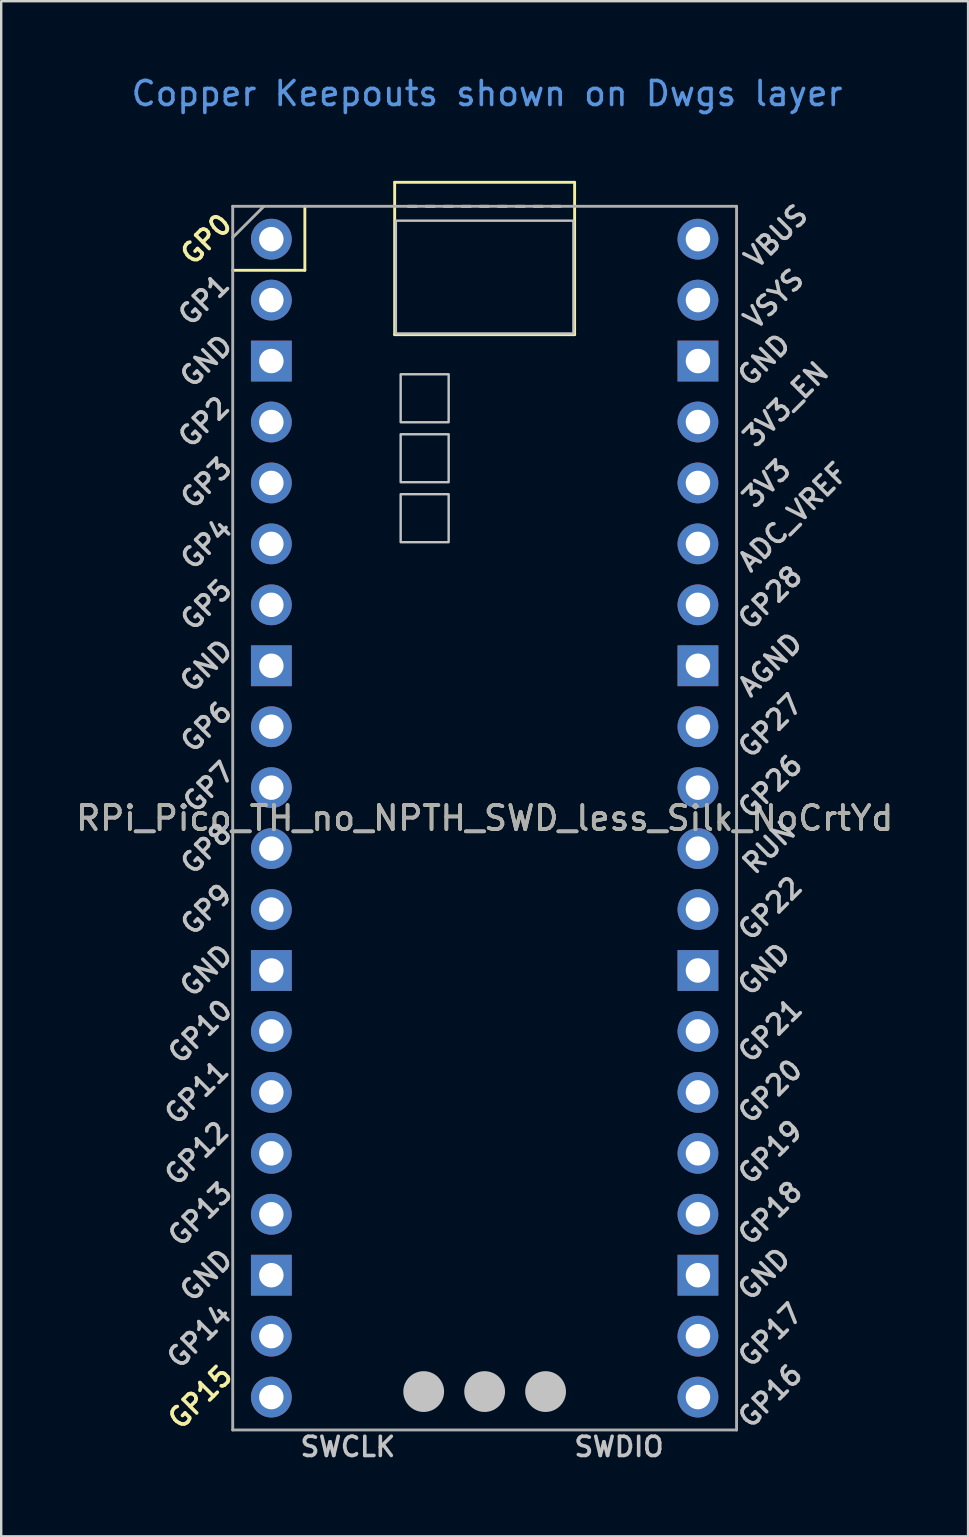
<source format=kicad_pcb>
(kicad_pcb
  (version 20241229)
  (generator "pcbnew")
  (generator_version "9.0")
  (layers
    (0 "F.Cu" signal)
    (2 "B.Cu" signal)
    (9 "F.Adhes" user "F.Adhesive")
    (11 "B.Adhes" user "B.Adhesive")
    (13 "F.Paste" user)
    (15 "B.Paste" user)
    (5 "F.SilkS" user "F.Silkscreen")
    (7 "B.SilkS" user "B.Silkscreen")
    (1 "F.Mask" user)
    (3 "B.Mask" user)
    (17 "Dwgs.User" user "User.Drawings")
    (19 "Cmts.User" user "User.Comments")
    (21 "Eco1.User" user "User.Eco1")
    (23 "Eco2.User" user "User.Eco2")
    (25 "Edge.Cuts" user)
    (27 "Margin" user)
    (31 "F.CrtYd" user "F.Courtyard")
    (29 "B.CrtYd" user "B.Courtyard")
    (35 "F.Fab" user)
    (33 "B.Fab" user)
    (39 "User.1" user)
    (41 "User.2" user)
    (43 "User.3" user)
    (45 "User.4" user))
  (footprint "RPi_Pico_TH_no_NPTH_SWD_less_Silk_NoCrtYd"
    (layer "F.Cu")
    (at 17.149 31.048)
    (property "Reference" "RPi_Pico_TH_no_NPTH_SWD_less_Silk_NoCrtYd" (at 0 0 180) (layer "F.SilkS") (effects (font (size 1 1) (thickness 0.15))))
    (attr through_hole)
    (fp_line (start -10.5 -22.833) (end -7.493 -22.833) (stroke (width 0.12) (type solid)) (layer "F.SilkS"))
    (fp_line (start -7.493 -22.833) (end -7.493 -25.5) (stroke (width 0.12) (type solid)) (layer "F.SilkS"))
    (fp_line (start -3.75 -26.5) (end -3.75 -20.15) (stroke (width 0.12) (type solid)) (layer "F.SilkS"))
    (fp_line (start -3.75 -20.15) (end 3.75 -20.15) (stroke (width 0.12) (type solid)) (layer "F.SilkS"))
    (fp_line (start -3.19 -25.5) (end -2.84 -25.5) (stroke (width 0.12) (type solid)) (layer "F.SilkS"))
    (fp_line (start -2.44 -25.5) (end -2.09 -25.5) (stroke (width 0.12) (type solid)) (layer "F.SilkS"))
    (fp_line (start -1.69 -25.5) (end -1.34 -25.5) (stroke (width 0.12) (type solid)) (layer "F.SilkS"))
    (fp_line (start -0.94 -25.5) (end -0.59 -25.5) (stroke (width 0.12) (type solid)) (layer "F.SilkS"))
    (fp_line (start -0.19 -25.5) (end 0.16 -25.5) (stroke (width 0.12) (type solid)) (layer "F.SilkS"))
    (fp_line (start 0.56 -25.5) (end 0.91 -25.5) (stroke (width 0.12) (type solid)) (layer "F.SilkS"))
    (fp_line (start 1.31 -25.5) (end 1.66 -25.5) (stroke (width 0.12) (type solid)) (layer "F.SilkS"))
    (fp_line (start 2.06 -25.5) (end 2.41 -25.5) (stroke (width 0.12) (type solid)) (layer "F.SilkS"))
    (fp_line (start 2.81 -25.5) (end 3.16 -25.5) (stroke (width 0.12) (type solid)) (layer "F.SilkS"))
    (fp_line (start 3.75 -26.5) (end -3.75 -26.5) (stroke (width 0.12) (type solid)) (layer "F.SilkS"))
    (fp_line (start 3.75 -20.15) (end 3.75 -26.5) (stroke (width 0.12) (type solid)) (layer "F.SilkS"))
    (fp_poly (pts (xy -1.5 -16.5) (xy -3.5 -16.5) (xy -3.5 -18.5) (xy -1.5 -18.5)) (stroke (width 0.1) (type solid)) (fill no) (layer "Dwgs.User"))
    (fp_poly (pts (xy -1.5 -14) (xy -3.5 -14) (xy -3.5 -16) (xy -1.5 -16)) (stroke (width 0.1) (type solid)) (fill no) (layer "Dwgs.User"))
    (fp_poly (pts (xy -1.5 -11.5) (xy -3.5 -11.5) (xy -3.5 -13.5) (xy -1.5 -13.5)) (stroke (width 0.1) (type solid)) (fill no) (layer "Dwgs.User"))
    (fp_poly (pts (xy 3.7 -20.2) (xy -3.7 -20.2) (xy -3.7 -24.9) (xy 3.7 -24.9)) (stroke (width 0.1) (type solid)) (fill no) (layer "Dwgs.User"))
    (fp_line (start -10.5 -25.5) (end 10.5 -25.5) (stroke (width 0.12) (type solid)) (layer "F.Fab"))
    (fp_line (start -10.5 -24.2) (end -9.2 -25.5) (stroke (width 0.12) (type solid)) (layer "F.Fab"))
    (fp_line (start -10.5 25.5) (end -10.5 -25.5) (stroke (width 0.12) (type solid)) (layer "F.Fab"))
    (fp_line (start 10.5 -25.5) (end 10.5 25.5) (stroke (width 0.12) (type solid)) (layer "F.Fab"))
    (fp_line (start 10.5 25.5) (end -10.5 25.5) (stroke (width 0.12) (type solid)) (layer "F.Fab"))
    (fp_text user "GP15" (at -11.854 24.13 45) (layer "F.SilkS") (effects (font (size 0.8 0.8) (thickness 0.15))))
    (fp_text user "GP0" (at -11.6 -24.13 45) (layer "F.SilkS") (effects (font (size 0.8 0.8) (thickness 0.15))))
    (fp_text user "GND" (at 11.65 -19.1 45) (layer "Dwgs.User") (effects (font (size 0.8 0.8) (thickness 0.15))))
    (fp_text user "GP26" (at 11.904 -1.32 45) (layer "Dwgs.User") (effects (font (size 0.8 0.8) (thickness 0.15))))
    (fp_text user "GP4" (at -11.6 -11.43 45) (layer "Dwgs.User") (effects (font (size 0.8 0.8) (thickness 0.15))))
    (fp_text user "GP7" (at -11.5 -1.3 45) (layer "Dwgs.User") (effects (font (size 0.8 0.8) (thickness 0.15))))
    (fp_text user "GP17" (at 11.904 21.54 45) (layer "Dwgs.User") (effects (font (size 0.8 0.8) (thickness 0.15))))
    (fp_text user "3V3_EN" (at 12.55 -17.25 45) (layer "Dwgs.User") (effects (font (size 0.8 0.8) (thickness 0.15))))
    (fp_text user "GP22" (at 11.904 3.76 45) (layer "Dwgs.User") (effects (font (size 0.8 0.8) (thickness 0.15))))
    (fp_text user "GND" (at 11.65 19 45) (layer "Dwgs.User") (effects (font (size 0.8 0.8) (thickness 0.15))))
    (fp_text user "GND" (at -11.6 -6.35 45) (layer "Dwgs.User") (effects (font (size 0.8 0.8) (thickness 0.15))))
    (fp_text user "GND" (at -11.6 6.35 45) (layer "Dwgs.User") (effects (font (size 0.8 0.8) (thickness 0.15))))
    (fp_text user "GP11" (at -12 11.43 45) (layer "Dwgs.User") (effects (font (size 0.8 0.8) (thickness 0.15))))
    (fp_text user "GP10" (at -11.854 8.89 45) (layer "Dwgs.User") (effects (font (size 0.8 0.8) (thickness 0.15))))
    (fp_text user "GP21" (at 11.904 8.85 45) (layer "Dwgs.User") (effects (font (size 0.8 0.8) (thickness 0.15))))
    (fp_text user "GP28" (at 11.904 -9.194 45) (layer "Dwgs.User") (effects (font (size 0.8 0.8) (thickness 0.15))))
    (fp_text user "GND" (at -11.6 -19.05 45) (layer "Dwgs.User") (effects (font (size 0.8 0.8) (thickness 0.15))))
    (fp_text user "GP13" (at -11.854 16.51 45) (layer "Dwgs.User") (effects (font (size 0.8 0.8) (thickness 0.15))))
    (fp_text user "3V3" (at 11.75 -13.95 45) (layer "Dwgs.User") (effects (font (size 0.8 0.8) (thickness 0.15))))
    (fp_text user "GP6" (at -11.6 -3.81 45) (layer "Dwgs.User") (effects (font (size 0.8 0.8) (thickness 0.15))))
    (fp_text user "GP19" (at 11.904 13.92 45) (layer "Dwgs.User") (effects (font (size 0.8 0.8) (thickness 0.15))))
    (fp_text user "SWDIO" (at 5.6 26.2 180) (layer "Dwgs.User") (effects (font (size 0.8 0.8) (thickness 0.15))))
    (fp_text user "SWCLK" (at -5.7 26.2 180) (layer "Dwgs.User") (effects (font (size 0.8 0.8) (thickness 0.15))))
    (fp_text user "GND" (at 11.65 6.3 45) (layer "Dwgs.User") (effects (font (size 0.8 0.8) (thickness 0.15))))
    (fp_text user "GP20" (at 11.904 11.38 45) (layer "Dwgs.User") (effects (font (size 0.8 0.8) (thickness 0.15))))
    (fp_text user "GP8" (at -11.6 1.27 45) (layer "Dwgs.User") (effects (font (size 0.8 0.8) (thickness 0.15))))
    (fp_text user "GP3" (at -11.6 -13.97 45) (layer "Dwgs.User") (effects (font (size 0.8 0.8) (thickness 0.15))))
    (fp_text user "GND" (at -11.6 19.05 45) (layer "Dwgs.User") (effects (font (size 0.8 0.8) (thickness 0.15))))
    (fp_text user "VBUS" (at 12.15 -24.25 45) (layer "Dwgs.User") (effects (font (size 0.8 0.8) (thickness 0.15))))
    (fp_text user "VSYS" (at 12.05 -21.64 45) (layer "Dwgs.User") (effects (font (size 0.8 0.8) (thickness 0.15))))
    (fp_text user "GP16" (at 11.904 24.08 45) (layer "Dwgs.User") (effects (font (size 0.8 0.8) (thickness 0.15))))
    (fp_text user "AGND" (at 11.904 -6.4 45) (layer "Dwgs.User") (effects (font (size 0.8 0.8) (thickness 0.15))))
    (fp_text user "GP27" (at 11.904 -3.85 45) (layer "Dwgs.User") (effects (font (size 0.8 0.8) (thickness 0.15))))
    (fp_text user "ADC_VREF" (at 12.85 -12.55 45) (layer "Dwgs.User") (effects (font (size 0.8 0.8) (thickness 0.15))))
    (fp_text user "GP14" (at -11.9 21.59 45) (layer "Dwgs.User") (effects (font (size 0.8 0.8) (thickness 0.15))))
    (fp_text user "RUN" (at 11.85 1.22 45) (layer "Dwgs.User") (effects (font (size 0.8 0.8) (thickness 0.15))))
    (fp_text user "GP2" (at -11.7 -16.51 45) (layer "Dwgs.User") (effects (font (size 0.8 0.8) (thickness 0.15))))
    (fp_text user "GP9" (at -11.6 3.81 45) (layer "Dwgs.User") (effects (font (size 0.8 0.8) (thickness 0.15))))
    (fp_text user "GP12" (at -12 13.97 45) (layer "Dwgs.User") (effects (font (size 0.8 0.8) (thickness 0.15))))
    (fp_text user "GP1" (at -11.7 -21.6 45) (layer "Dwgs.User") (effects (font (size 0.8 0.8) (thickness 0.15))))
    (fp_text user "GP5" (at -11.6 -8.89 45) (layer "Dwgs.User") (effects (font (size 0.8 0.8) (thickness 0.15))))
    (fp_text user "GP18" (at 11.904 16.46 45) (layer "Dwgs.User") (effects (font (size 0.8 0.8) (thickness 0.15))))
    (fp_text user "Copper Keepouts shown on Dwgs layer" (at 0.1 -30.2 180) (layer "Cmts.User") (effects (font (size 1 1) (thickness 0.15))))
    (fp_text user "${REFERENCE}" (at 0 0 0) (layer "F.Fab") (effects (font (size 1 1) (thickness 0.15))))
    (pad "" smd oval (at -2.54 23.9) (size 1.7 1.7) (layers "Dwgs.User"))
    (pad "" smd circle (at 0 23.9) (size 1.7 1.7) (layers "Dwgs.User"))
    (pad "" smd oval (at 2.54 23.9) (size 1.7 1.7) (layers "Dwgs.User"))
    (pad "1" thru_hole oval (at -8.89 -24.13) (size 1.7 1.7) (drill 1.02) (layers "*.Cu" "*.Mask"))
    (pad "2" thru_hole oval (at -8.89 -21.59) (size 1.7 1.7) (drill 1.02) (layers "*.Cu" "*.Mask"))
    (pad "3" thru_hole rect (at -8.89 -19.05) (size 1.7 1.7) (drill 1.02) (layers "*.Cu" "*.Mask"))
    (pad "4" thru_hole oval (at -8.89 -16.51) (size 1.7 1.7) (drill 1.02) (layers "*.Cu" "*.Mask"))
    (pad "5" thru_hole oval (at -8.89 -13.97) (size 1.7 1.7) (drill 1.02) (layers "*.Cu" "*.Mask"))
    (pad "6" thru_hole oval (at -8.89 -11.43) (size 1.7 1.7) (drill 1.02) (layers "*.Cu" "*.Mask"))
    (pad "7" thru_hole oval (at -8.89 -8.89) (size 1.7 1.7) (drill 1.02) (layers "*.Cu" "*.Mask"))
    (pad "8" thru_hole rect (at -8.89 -6.35) (size 1.7 1.7) (drill 1.02) (layers "*.Cu" "*.Mask"))
    (pad "9" thru_hole oval (at -8.89 -3.81) (size 1.7 1.7) (drill 1.02) (layers "*.Cu" "*.Mask"))
    (pad "10" thru_hole oval (at -8.89 -1.27) (size 1.7 1.7) (drill 1.02) (layers "*.Cu" "*.Mask"))
    (pad "11" thru_hole oval (at -8.89 1.27) (size 1.7 1.7) (drill 1.02) (layers "*.Cu" "*.Mask"))
    (pad "12" thru_hole oval (at -8.89 3.81) (size 1.7 1.7) (drill 1.02) (layers "*.Cu" "*.Mask"))
    (pad "13" thru_hole rect (at -8.89 6.35) (size 1.7 1.7) (drill 1.02) (layers "*.Cu" "*.Mask"))
    (pad "14" thru_hole oval (at -8.89 8.89) (size 1.7 1.7) (drill 1.02) (layers "*.Cu" "*.Mask"))
    (pad "15" thru_hole oval (at -8.89 11.43) (size 1.7 1.7) (drill 1.02) (layers "*.Cu" "*.Mask"))
    (pad "16" thru_hole oval (at -8.89 13.97) (size 1.7 1.7) (drill 1.02) (layers "*.Cu" "*.Mask"))
    (pad "17" thru_hole oval (at -8.89 16.51) (size 1.7 1.7) (drill 1.02) (layers "*.Cu" "*.Mask"))
    (pad "18" thru_hole rect (at -8.89 19.05) (size 1.7 1.7) (drill 1.02) (layers "*.Cu" "*.Mask"))
    (pad "19" thru_hole oval (at -8.89 21.59) (size 1.7 1.7) (drill 1.02) (layers "*.Cu" "*.Mask"))
    (pad "20" thru_hole oval (at -8.89 24.13) (size 1.7 1.7) (drill 1.02) (layers "*.Cu" "*.Mask"))
    (pad "21" thru_hole oval (at 8.89 24.13) (size 1.7 1.7) (drill 1.02) (layers "*.Cu" "*.Mask"))
    (pad "22" thru_hole oval (at 8.89 21.59) (size 1.7 1.7) (drill 1.02) (layers "*.Cu" "*.Mask"))
    (pad "23" thru_hole rect (at 8.89 19.05) (size 1.7 1.7) (drill 1.02) (layers "*.Cu" "*.Mask"))
    (pad "24" thru_hole oval (at 8.89 16.51) (size 1.7 1.7) (drill 1.02) (layers "*.Cu" "*.Mask"))
    (pad "25" thru_hole oval (at 8.89 13.97) (size 1.7 1.7) (drill 1.02) (layers "*.Cu" "*.Mask"))
    (pad "26" thru_hole oval (at 8.89 11.43) (size 1.7 1.7) (drill 1.02) (layers "*.Cu" "*.Mask"))
    (pad "27" thru_hole oval (at 8.89 8.89) (size 1.7 1.7) (drill 1.02) (layers "*.Cu" "*.Mask"))
    (pad "28" thru_hole rect (at 8.89 6.35) (size 1.7 1.7) (drill 1.02) (layers "*.Cu" "*.Mask"))
    (pad "29" thru_hole oval (at 8.89 3.81) (size 1.7 1.7) (drill 1.02) (layers "*.Cu" "*.Mask"))
    (pad "30" thru_hole oval (at 8.89 1.27) (size 1.7 1.7) (drill 1.02) (layers "*.Cu" "*.Mask"))
    (pad "31" thru_hole oval (at 8.89 -1.27) (size 1.7 1.7) (drill 1.02) (layers "*.Cu" "*.Mask"))
    (pad "32" thru_hole oval (at 8.89 -3.81) (size 1.7 1.7) (drill 1.02) (layers "*.Cu" "*.Mask"))
    (pad "33" thru_hole rect (at 8.89 -6.35) (size 1.7 1.7) (drill 1.02) (layers "*.Cu" "*.Mask"))
    (pad "34" thru_hole oval (at 8.89 -8.89) (size 1.7 1.7) (drill 1.02) (layers "*.Cu" "*.Mask"))
    (pad "35" thru_hole oval (at 8.89 -11.43) (size 1.7 1.7) (drill 1.02) (layers "*.Cu" "*.Mask"))
    (pad "36" thru_hole oval (at 8.89 -13.97) (size 1.7 1.7) (drill 1.02) (layers "*.Cu" "*.Mask"))
    (pad "37" thru_hole oval (at 8.89 -16.51) (size 1.7 1.7) (drill 1.02) (layers "*.Cu" "*.Mask"))
    (pad "38" thru_hole rect (at 8.89 -19.05) (size 1.7 1.7) (drill 1.02) (layers "*.Cu" "*.Mask"))
    (pad "39" thru_hole oval (at 8.89 -21.59) (size 1.7 1.7) (drill 1.02) (layers "*.Cu" "*.Mask"))
    (pad "40" thru_hole oval (at 8.89 -24.13) (size 1.7 1.7) (drill 1.02) (layers "*.Cu" "*.Mask")))
  (gr_rect
    (start -3 -3)
    (end 37.298 60.98)
    (stroke (width 0.1) (type default))
    (fill no)
    (layer "Edge.Cuts")))
</source>
